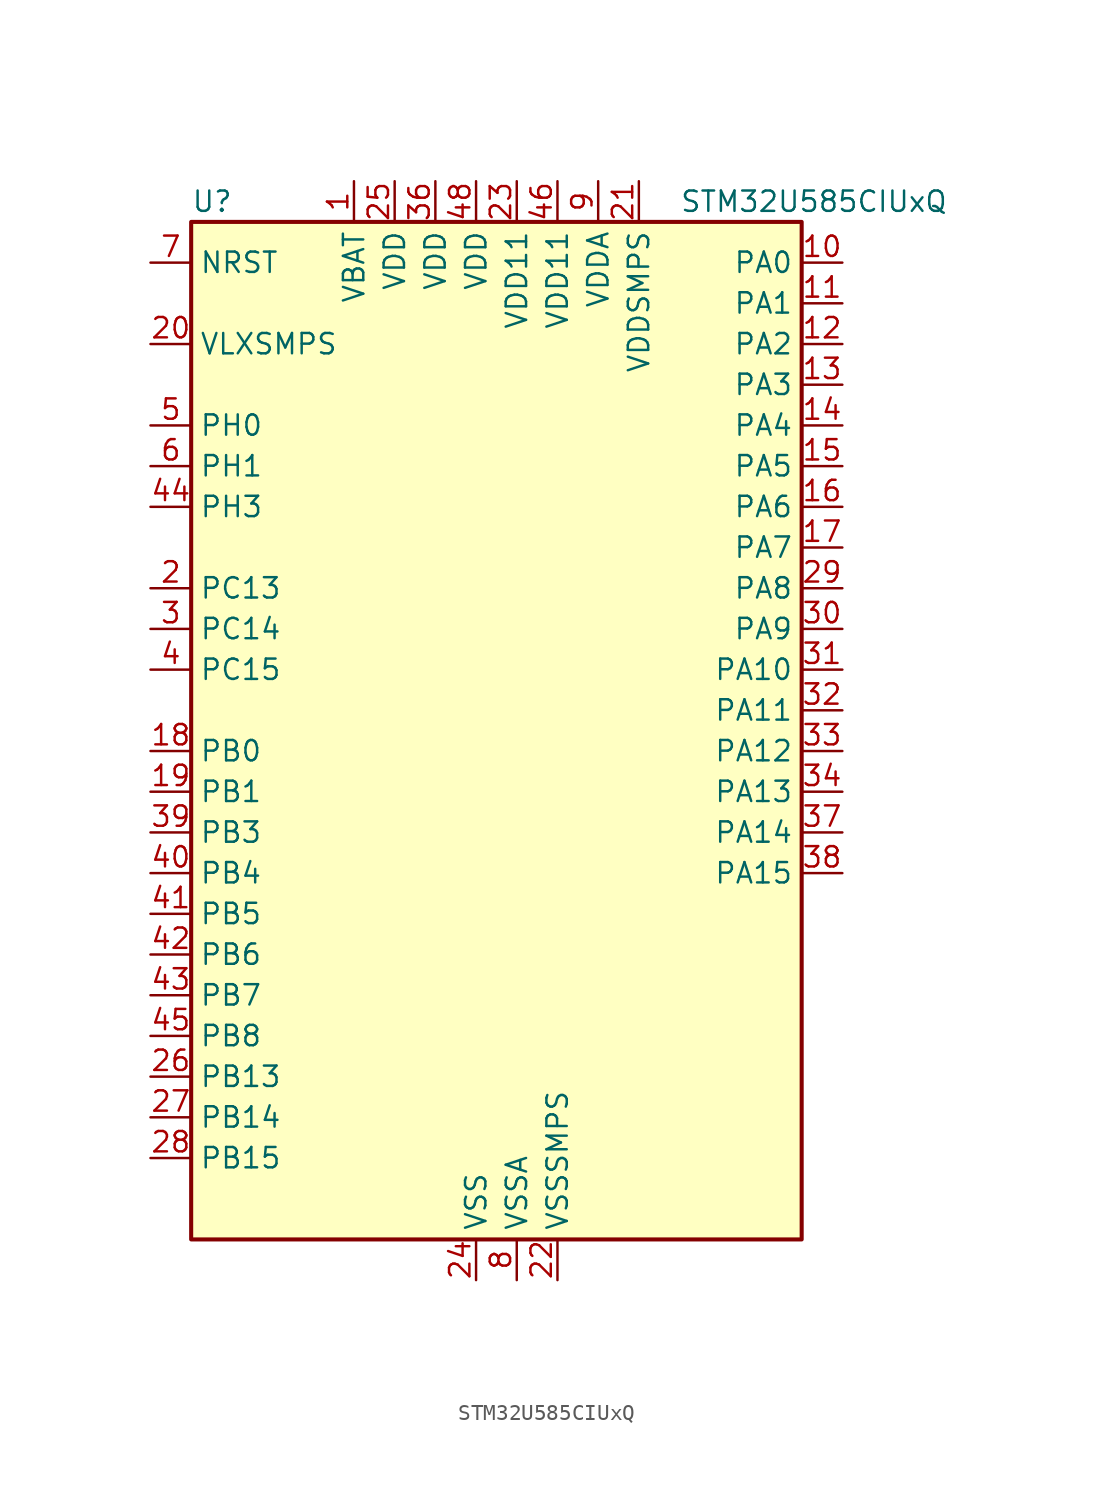
<source format=kicad_sym>
(kicad_symbol_lib
  (version 20220914)
  (generator kicad_symbol_editor)
  (symbol "STM32U585CIUxQ"
    (property "Reference" "U"
      (at -17.78 34.29 0)
      (effects (font (size 1.27 1.27)) (justify left)))
    (property "Value" "STM32U585CIUxQ"
      (at 12.7 34.29 0)
      (effects (font (size 1.27 1.27)) (justify left)))
    (property "ki_locked" ""
      (at 0 0 0)
      (effects (font (size 1.27 1.27))))
    (symbol "STM32U585CIUxQ_0_1"
      (rectangle (start -17.78 -30.48) (end 20.32 33.02) (stroke (width 0.254) (type default)) (fill (type background))))
    (symbol "STM32U585CIUxQ_1_1"
      (pin power_in line (at -7.62 35.56 270) (length 2.54) (name "VBAT" (effects (font (size 1.27 1.27)))) (number "1" (effects (font (size 1.27 1.27)))))
      (pin bidirectional line (at 22.86 30.48 180) (length 2.54) (name "PA0" (effects (font (size 1.27 1.27)))) (number "10" (effects (font (size 1.27 1.27)))) (alternate "ADC1_IN5" bidirectional line) (alternate "AUDIOCLK" bidirectional line) (alternate "OCTOSPIM_P2_NCS" bidirectional line) (alternate "OPAMP1_VINP" bidirectional line) (alternate "PWR_WKUP1" bidirectional line) (alternate "SPI3_RDY" bidirectional line) (alternate "TAMP_IN2" bidirectional line) (alternate "TAMP_OUT1" bidirectional line) (alternate "TIM2_CH1" bidirectional line) (alternate "TIM2_ETR" bidirectional line) (alternate "TIM5_CH1" bidirectional line) (alternate "TIM8_ETR" bidirectional line) (alternate "UART4_TX" bidirectional line) (alternate "USART2_CTS" bidirectional line))
      (pin bidirectional line (at 22.86 27.94 180) (length 2.54) (name "PA1" (effects (font (size 1.27 1.27)))) (number "11" (effects (font (size 1.27 1.27)))) (alternate "ADC1_IN6" bidirectional line) (alternate "I2C1_SMBA" bidirectional line) (alternate "LPTIM1_CH2" bidirectional line) (alternate "OCTOSPIM_P1_DQS" bidirectional line) (alternate "OPAMP1_VINM" bidirectional line) (alternate "PWR_WKUP3" bidirectional line) (alternate "SPI1_SCK" bidirectional line) (alternate "TAMP_IN5" bidirectional line) (alternate "TAMP_OUT4" bidirectional line) (alternate "TIM15_CH1N" bidirectional line) (alternate "TIM2_CH2" bidirectional line) (alternate "TIM5_CH2" bidirectional line) (alternate "UART4_RX" bidirectional line) (alternate "USART2_DE" bidirectional line) (alternate "USART2_RTS" bidirectional line))
      (pin bidirectional line (at 22.86 25.4 180) (length 2.54) (name "PA2" (effects (font (size 1.27 1.27)))) (number "12" (effects (font (size 1.27 1.27)))) (alternate "ADC1_IN7" bidirectional line) (alternate "COMP1_INP" bidirectional line) (alternate "LPUART1_TX" bidirectional line) (alternate "OCTOSPIM_P1_NCS" bidirectional line) (alternate "PWR_WKUP4" bidirectional line) (alternate "RCC_LSCO" bidirectional line) (alternate "SPI1_RDY" bidirectional line) (alternate "TIM15_CH1" bidirectional line) (alternate "TIM2_CH3" bidirectional line) (alternate "TIM5_CH3" bidirectional line) (alternate "UCPD1_FRSTX1" bidirectional line) (alternate "USART2_TX" bidirectional line))
      (pin bidirectional line (at 22.86 22.86 180) (length 2.54) (name "PA3" (effects (font (size 1.27 1.27)))) (number "13" (effects (font (size 1.27 1.27)))) (alternate "ADC1_IN8" bidirectional line) (alternate "LPUART1_RX" bidirectional line) (alternate "OCTOSPIM_P1_CLK" bidirectional line) (alternate "OPAMP1_VOUT" bidirectional line) (alternate "PWR_WKUP5" bidirectional line) (alternate "SAI1_CK1" bidirectional line) (alternate "SAI1_MCLK_A" bidirectional line) (alternate "TIM15_CH2" bidirectional line) (alternate "TIM2_CH4" bidirectional line) (alternate "TIM5_CH4" bidirectional line) (alternate "USART2_RX" bidirectional line))
      (pin bidirectional line (at 22.86 20.32 180) (length 2.54) (name "PA4" (effects (font (size 1.27 1.27)))) (number "14" (effects (font (size 1.27 1.27)))) (alternate "ADC1_IN9" bidirectional line) (alternate "ADC4_IN9" bidirectional line) (alternate "DAC1_OUT1" bidirectional line) (alternate "LPTIM2_CH1" bidirectional line) (alternate "OCTOSPIM_P1_NCS" bidirectional line) (alternate "PWR_WKUP2" bidirectional line) (alternate "SAI1_FS_B" bidirectional line) (alternate "SPI1_NSS" bidirectional line) (alternate "SPI3_NSS" bidirectional line) (alternate "USART2_CK" bidirectional line))
      (pin bidirectional line (at 22.86 17.78 180) (length 2.54) (name "PA5" (effects (font (size 1.27 1.27)))) (number "15" (effects (font (size 1.27 1.27)))) (alternate "ADC1_IN10" bidirectional line) (alternate "ADC4_IN10" bidirectional line) (alternate "DAC1_OUT2" bidirectional line) (alternate "LPTIM2_ETR" bidirectional line) (alternate "PWR_CSLEEP" bidirectional line) (alternate "PWR_WKUP6" bidirectional line) (alternate "SPI1_SCK" bidirectional line) (alternate "TIM2_CH1" bidirectional line) (alternate "TIM2_ETR" bidirectional line) (alternate "TIM8_CH1N" bidirectional line) (alternate "USART3_RX" bidirectional line))
      (pin bidirectional line (at 22.86 15.24 180) (length 2.54) (name "PA6" (effects (font (size 1.27 1.27)))) (number "16" (effects (font (size 1.27 1.27)))) (alternate "ADC1_IN11" bidirectional line) (alternate "ADC4_IN11" bidirectional line) (alternate "LPUART1_CTS" bidirectional line) (alternate "OCTOSPIM_P1_IO3" bidirectional line) (alternate "OPAMP2_VINP" bidirectional line) (alternate "PWR_CDSTOP" bidirectional line) (alternate "PWR_WKUP7" bidirectional line) (alternate "SPI1_MISO" bidirectional line) (alternate "TIM16_CH1" bidirectional line) (alternate "TIM1_BKIN" bidirectional line) (alternate "TIM3_CH1" bidirectional line) (alternate "TIM8_BKIN" bidirectional line) (alternate "USART3_CTS" bidirectional line))
      (pin bidirectional line (at 22.86 12.7 180) (length 2.54) (name "PA7" (effects (font (size 1.27 1.27)))) (number "17" (effects (font (size 1.27 1.27)))) (alternate "ADC1_IN12" bidirectional line) (alternate "ADC4_IN20" bidirectional line) (alternate "I2C3_SCL" bidirectional line) (alternate "LPTIM2_CH2" bidirectional line) (alternate "OCTOSPIM_P1_IO2" bidirectional line) (alternate "OPAMP2_VINM" bidirectional line) (alternate "PWR_SRDSTOP" bidirectional line) (alternate "PWR_WKUP8" bidirectional line) (alternate "SPI1_MOSI" bidirectional line) (alternate "TIM17_CH1" bidirectional line) (alternate "TIM1_CH1N" bidirectional line) (alternate "TIM3_CH2" bidirectional line) (alternate "TIM8_CH1N" bidirectional line) (alternate "USART3_TX" bidirectional line))
      (pin bidirectional line (at -20.32 0 0) (length 2.54) (name "PB0" (effects (font (size 1.27 1.27)))) (number "18" (effects (font (size 1.27 1.27)))) (alternate "ADC1_IN15" bidirectional line) (alternate "ADC4_IN18" bidirectional line) (alternate "AUDIOCLK" bidirectional line) (alternate "COMP1_OUT" bidirectional line) (alternate "LPTIM3_CH1" bidirectional line) (alternate "OCTOSPIM_P1_IO1" bidirectional line) (alternate "OPAMP2_VOUT" bidirectional line) (alternate "SPI1_NSS" bidirectional line) (alternate "TIM1_CH2N" bidirectional line) (alternate "TIM3_CH3" bidirectional line) (alternate "TIM8_CH2N" bidirectional line) (alternate "USART3_CK" bidirectional line))
      (pin bidirectional line (at -20.32 -2.54 0) (length 2.54) (name "PB1" (effects (font (size 1.27 1.27)))) (number "19" (effects (font (size 1.27 1.27)))) (alternate "ADC1_IN16" bidirectional line) (alternate "ADC4_IN19" bidirectional line) (alternate "COMP1_INM" bidirectional line) (alternate "LPTIM2_IN1" bidirectional line) (alternate "LPTIM3_CH2" bidirectional line) (alternate "LPUART1_DE" bidirectional line) (alternate "LPUART1_RTS" bidirectional line) (alternate "MDF1_SDI0" bidirectional line) (alternate "OCTOSPIM_P1_IO0" bidirectional line) (alternate "PWR_WKUP4" bidirectional line) (alternate "TIM1_CH3N" bidirectional line) (alternate "TIM3_CH4" bidirectional line) (alternate "TIM8_CH3N" bidirectional line) (alternate "USART3_DE" bidirectional line) (alternate "USART3_RTS" bidirectional line))
      (pin bidirectional line (at -20.32 10.16 0) (length 2.54) (name "PC13" (effects (font (size 1.27 1.27)))) (number "2" (effects (font (size 1.27 1.27)))) (alternate "PWR_WKUP2" bidirectional line) (alternate "RTC_OUT1" bidirectional line) (alternate "RTC_TS" bidirectional line) (alternate "TAMP_IN1" bidirectional line) (alternate "TAMP_OUT2" bidirectional line))
      (pin power_in line (at -20.32 25.4 0) (length 2.54) (name "VLXSMPS" (effects (font (size 1.27 1.27)))) (number "20" (effects (font (size 1.27 1.27)))))
      (pin power_in line (at 10.16 35.56 270) (length 2.54) (name "VDDSMPS" (effects (font (size 1.27 1.27)))) (number "21" (effects (font (size 1.27 1.27)))))
      (pin power_in line (at 5.08 -33.02 90) (length 2.54) (name "VSSSMPS" (effects (font (size 1.27 1.27)))) (number "22" (effects (font (size 1.27 1.27)))))
      (pin power_in line (at 2.54 35.56 270) (length 2.54) (name "VDD11" (effects (font (size 1.27 1.27)))) (number "23" (effects (font (size 1.27 1.27)))))
      (pin power_in line (at 0 -33.02 90) (length 2.54) (name "VSS" (effects (font (size 1.27 1.27)))) (number "24" (effects (font (size 1.27 1.27)))))
      (pin power_in line (at -5.08 35.56 270) (length 2.54) (name "VDD" (effects (font (size 1.27 1.27)))) (number "25" (effects (font (size 1.27 1.27)))))
      (pin bidirectional line (at -20.32 -20.32 0) (length 2.54) (name "PB13" (effects (font (size 1.27 1.27)))) (number "26" (effects (font (size 1.27 1.27)))) (alternate "I2C2_SCL" bidirectional line) (alternate "LPTIM3_IN1" bidirectional line) (alternate "LPUART1_CTS" bidirectional line) (alternate "MDF1_CKI1" bidirectional line) (alternate "SPI2_SCK" bidirectional line) (alternate "TIM15_CH1N" bidirectional line) (alternate "TIM1_CH1N" bidirectional line) (alternate "TSC_G1_IO2" bidirectional line) (alternate "USART3_CTS" bidirectional line))
      (pin bidirectional line (at -20.32 -22.86 0) (length 2.54) (name "PB14" (effects (font (size 1.27 1.27)))) (number "27" (effects (font (size 1.27 1.27)))) (alternate "I2C2_SDA" bidirectional line) (alternate "LPTIM3_ETR" bidirectional line) (alternate "MDF1_SDI2" bidirectional line) (alternate "SPI2_MISO" bidirectional line) (alternate "TIM15_CH1" bidirectional line) (alternate "TIM1_CH2N" bidirectional line) (alternate "TIM8_CH2N" bidirectional line) (alternate "TSC_G1_IO3" bidirectional line) (alternate "UCPD1_DBCC2" bidirectional line) (alternate "USART3_DE" bidirectional line) (alternate "USART3_RTS" bidirectional line))
      (pin bidirectional line (at -20.32 -25.4 0) (length 2.54) (name "PB15" (effects (font (size 1.27 1.27)))) (number "28" (effects (font (size 1.27 1.27)))) (alternate "ADC1_EXTI15" bidirectional line) (alternate "ADC4_EXTI15" bidirectional line) (alternate "LPTIM2_IN2" bidirectional line) (alternate "MDF1_CKI2" bidirectional line) (alternate "PWR_WKUP7" bidirectional line) (alternate "RTC_REFIN" bidirectional line) (alternate "SPI2_MOSI" bidirectional line) (alternate "TIM15_CH2" bidirectional line) (alternate "TIM1_CH3N" bidirectional line) (alternate "TIM8_CH3N" bidirectional line) (alternate "UCPD1_CC2" bidirectional line))
      (pin bidirectional line (at 22.86 10.16 180) (length 2.54) (name "PA8" (effects (font (size 1.27 1.27)))) (number "29" (effects (font (size 1.27 1.27)))) (alternate "DEBUG_TRACECLK" bidirectional line) (alternate "LPTIM2_CH1" bidirectional line) (alternate "RCC_MCO" bidirectional line) (alternate "SAI1_CK2" bidirectional line) (alternate "SAI1_SCK_A" bidirectional line) (alternate "SPI1_RDY" bidirectional line) (alternate "TIM1_CH1" bidirectional line) (alternate "USART1_CK" bidirectional line) (alternate "USB_OTG_FS_SOF" bidirectional line))
      (pin bidirectional line (at -20.32 7.62 0) (length 2.54) (name "PC14" (effects (font (size 1.27 1.27)))) (number "3" (effects (font (size 1.27 1.27)))) (alternate "RCC_OSC32_IN" bidirectional line))
      (pin bidirectional line (at 22.86 7.62 180) (length 2.54) (name "PA9" (effects (font (size 1.27 1.27)))) (number "30" (effects (font (size 1.27 1.27)))) (alternate "DAC1_EXTI9" bidirectional line) (alternate "SAI1_FS_A" bidirectional line) (alternate "SPI2_SCK" bidirectional line) (alternate "TIM15_BKIN" bidirectional line) (alternate "TIM1_CH2" bidirectional line) (alternate "USART1_TX" bidirectional line) (alternate "USB_OTG_FS_VBUS" bidirectional line))
      (pin bidirectional line (at 22.86 5.08 180) (length 2.54) (name "PA10" (effects (font (size 1.27 1.27)))) (number "31" (effects (font (size 1.27 1.27)))) (alternate "CRS_SYNC" bidirectional line) (alternate "LPTIM2_IN2" bidirectional line) (alternate "SAI1_D1" bidirectional line) (alternate "SAI1_SD_A" bidirectional line) (alternate "TIM17_BKIN" bidirectional line) (alternate "TIM1_CH3" bidirectional line) (alternate "USART1_RX" bidirectional line) (alternate "USB_OTG_FS_ID" bidirectional line))
      (pin bidirectional line (at 22.86 2.54 180) (length 2.54) (name "PA11" (effects (font (size 1.27 1.27)))) (number "32" (effects (font (size 1.27 1.27)))) (alternate "ADC1_EXTI11" bidirectional line) (alternate "FDCAN1_RX" bidirectional line) (alternate "SPI1_MISO" bidirectional line) (alternate "TIM1_BKIN2" bidirectional line) (alternate "TIM1_CH4" bidirectional line) (alternate "USART1_CTS" bidirectional line) (alternate "USB_OTG_FS_DM" bidirectional line))
      (pin bidirectional line (at 22.86 0 180) (length 2.54) (name "PA12" (effects (font (size 1.27 1.27)))) (number "33" (effects (font (size 1.27 1.27)))) (alternate "FDCAN1_TX" bidirectional line) (alternate "OCTOSPIM_P2_NCS" bidirectional line) (alternate "SPI1_MOSI" bidirectional line) (alternate "TIM1_ETR" bidirectional line) (alternate "USART1_DE" bidirectional line) (alternate "USART1_RTS" bidirectional line) (alternate "USB_OTG_FS_DP" bidirectional line))
      (pin bidirectional line (at 22.86 -2.54 180) (length 2.54) (name "PA13" (effects (font (size 1.27 1.27)))) (number "34" (effects (font (size 1.27 1.27)))) (alternate "DEBUG_JTMS-SWDIO" bidirectional line) (alternate "IR_OUT" bidirectional line) (alternate "SAI1_SD_B" bidirectional line) (alternate "USB_OTG_FS_NOE" bidirectional line))
      (pin passive line (at 0 -33.02 90) (length 2.54) hide (name "VSS" (effects (font (size 1.27 1.27)))) (number "35" (effects (font (size 1.27 1.27)))))
      (pin power_in line (at -2.54 35.56 270) (length 2.54) (name "VDD" (effects (font (size 1.27 1.27)))) (number "36" (effects (font (size 1.27 1.27)))))
      (pin bidirectional line (at 22.86 -5.08 180) (length 2.54) (name "PA14" (effects (font (size 1.27 1.27)))) (number "37" (effects (font (size 1.27 1.27)))) (alternate "DEBUG_JTCK-SWCLK" bidirectional line) (alternate "I2C1_SMBA" bidirectional line) (alternate "I2C4_SMBA" bidirectional line) (alternate "LPTIM1_CH1" bidirectional line) (alternate "SAI1_FS_B" bidirectional line) (alternate "USB_OTG_FS_SOF" bidirectional line))
      (pin bidirectional line (at 22.86 -7.62 180) (length 2.54) (name "PA15" (effects (font (size 1.27 1.27)))) (number "38" (effects (font (size 1.27 1.27)))) (alternate "ADC1_EXTI15" bidirectional line) (alternate "ADC4_EXTI15" bidirectional line) (alternate "DEBUG_JTDI" bidirectional line) (alternate "SPI1_NSS" bidirectional line) (alternate "SPI3_NSS" bidirectional line) (alternate "TIM2_CH1" bidirectional line) (alternate "TIM2_ETR" bidirectional line) (alternate "UART4_DE" bidirectional line) (alternate "UART4_RTS" bidirectional line) (alternate "UCPD1_CC1" bidirectional line) (alternate "USART2_RX" bidirectional line) (alternate "USART3_DE" bidirectional line) (alternate "USART3_RTS" bidirectional line))
      (pin bidirectional line (at -20.32 -5.08 0) (length 2.54) (name "PB3" (effects (font (size 1.27 1.27)))) (number "39" (effects (font (size 1.27 1.27)))) (alternate "ADF1_CCK0" bidirectional line) (alternate "COMP2_INM" bidirectional line) (alternate "CRS_SYNC" bidirectional line) (alternate "DEBUG_JTDO-SWO" bidirectional line) (alternate "I2C1_SDA" bidirectional line) (alternate "LPTIM1_CH1" bidirectional line) (alternate "SAI1_SCK_B" bidirectional line) (alternate "SPI1_SCK" bidirectional line) (alternate "SPI3_SCK" bidirectional line) (alternate "TIM2_CH2" bidirectional line) (alternate "USART1_DE" bidirectional line) (alternate "USART1_RTS" bidirectional line))
      (pin bidirectional line (at -20.32 5.08 0) (length 2.54) (name "PC15" (effects (font (size 1.27 1.27)))) (number "4" (effects (font (size 1.27 1.27)))) (alternate "ADC1_EXTI15" bidirectional line) (alternate "ADC4_EXTI15" bidirectional line) (alternate "RCC_OSC32_OUT" bidirectional line))
      (pin bidirectional line (at -20.32 -7.62 0) (length 2.54) (name "PB4" (effects (font (size 1.27 1.27)))) (number "40" (effects (font (size 1.27 1.27)))) (alternate "ADF1_SDI0" bidirectional line) (alternate "COMP2_INP" bidirectional line) (alternate "DEBUG_JTRST" bidirectional line) (alternate "I2C3_SDA" bidirectional line) (alternate "LPTIM1_CH2" bidirectional line) (alternate "SAI1_MCLK_B" bidirectional line) (alternate "SPI1_MISO" bidirectional line) (alternate "SPI3_MISO" bidirectional line) (alternate "TIM17_BKIN" bidirectional line) (alternate "TIM3_CH1" bidirectional line) (alternate "TSC_G2_IO1" bidirectional line) (alternate "USART1_CTS" bidirectional line))
      (pin bidirectional line (at -20.32 -10.16 0) (length 2.54) (name "PB5" (effects (font (size 1.27 1.27)))) (number "41" (effects (font (size 1.27 1.27)))) (alternate "COMP2_OUT" bidirectional line) (alternate "I2C1_SMBA" bidirectional line) (alternate "LPTIM1_IN1" bidirectional line) (alternate "OCTOSPIM_P1_NCLK" bidirectional line) (alternate "PWR_WKUP6" bidirectional line) (alternate "SAI1_SD_B" bidirectional line) (alternate "SPI1_MOSI" bidirectional line) (alternate "SPI3_MOSI" bidirectional line) (alternate "TIM16_BKIN" bidirectional line) (alternate "TIM3_CH2" bidirectional line) (alternate "TSC_G2_IO2" bidirectional line) (alternate "UCPD1_DBCC1" bidirectional line) (alternate "USART1_CK" bidirectional line))
      (pin bidirectional line (at -20.32 -12.7 0) (length 2.54) (name "PB6" (effects (font (size 1.27 1.27)))) (number "42" (effects (font (size 1.27 1.27)))) (alternate "COMP2_INP" bidirectional line) (alternate "I2C1_SCL" bidirectional line) (alternate "I2C4_SCL" bidirectional line) (alternate "LPTIM1_ETR" bidirectional line) (alternate "MDF1_SDI5" bidirectional line) (alternate "PWR_WKUP3" bidirectional line) (alternate "SAI1_FS_B" bidirectional line) (alternate "TIM16_CH1N" bidirectional line) (alternate "TIM4_CH1" bidirectional line) (alternate "TIM8_BKIN2" bidirectional line) (alternate "TSC_G2_IO3" bidirectional line) (alternate "USART1_TX" bidirectional line))
      (pin bidirectional line (at -20.32 -15.24 0) (length 2.54) (name "PB7" (effects (font (size 1.27 1.27)))) (number "43" (effects (font (size 1.27 1.27)))) (alternate "COMP2_INM" bidirectional line) (alternate "I2C1_SDA" bidirectional line) (alternate "I2C4_SDA" bidirectional line) (alternate "LPTIM1_IN2" bidirectional line) (alternate "MDF1_CKI5" bidirectional line) (alternate "PWR_PVD_IN" bidirectional line) (alternate "PWR_WKUP4" bidirectional line) (alternate "TIM17_CH1N" bidirectional line) (alternate "TIM4_CH2" bidirectional line) (alternate "TIM8_BKIN" bidirectional line) (alternate "TSC_G2_IO4" bidirectional line) (alternate "UART4_CTS" bidirectional line) (alternate "USART1_RX" bidirectional line))
      (pin bidirectional line (at -20.32 15.24 0) (length 2.54) (name "PH3" (effects (font (size 1.27 1.27)))) (number "44" (effects (font (size 1.27 1.27)))))
      (pin bidirectional line (at -20.32 -17.78 0) (length 2.54) (name "PB8" (effects (font (size 1.27 1.27)))) (number "45" (effects (font (size 1.27 1.27)))) (alternate "FDCAN1_RX" bidirectional line) (alternate "I2C1_SCL" bidirectional line) (alternate "MDF1_CCK0" bidirectional line) (alternate "PWR_WKUP5" bidirectional line) (alternate "SAI1_CK1" bidirectional line) (alternate "SAI1_MCLK_A" bidirectional line) (alternate "SPI3_RDY" bidirectional line) (alternate "TIM16_CH1" bidirectional line) (alternate "TIM4_CH3" bidirectional line))
      (pin power_in line (at 5.08 35.56 270) (length 2.54) (name "VDD11" (effects (font (size 1.27 1.27)))) (number "46" (effects (font (size 1.27 1.27)))))
      (pin passive line (at 0 -33.02 90) (length 2.54) hide (name "VSS" (effects (font (size 1.27 1.27)))) (number "47" (effects (font (size 1.27 1.27)))))
      (pin power_in line (at 0 35.56 270) (length 2.54) (name "VDD" (effects (font (size 1.27 1.27)))) (number "48" (effects (font (size 1.27 1.27)))))
      (pin passive line (at 0 -33.02 90) (length 2.54) hide (name "VSS" (effects (font (size 1.27 1.27)))) (number "49" (effects (font (size 1.27 1.27)))))
      (pin bidirectional line (at -20.32 20.32 0) (length 2.54) (name "PH0" (effects (font (size 1.27 1.27)))) (number "5" (effects (font (size 1.27 1.27)))) (alternate "RCC_OSC_IN" bidirectional line))
      (pin bidirectional line (at -20.32 17.78 0) (length 2.54) (name "PH1" (effects (font (size 1.27 1.27)))) (number "6" (effects (font (size 1.27 1.27)))) (alternate "RCC_OSC_OUT" bidirectional line))
      (pin input line (at -20.32 30.48 0) (length 2.54) (name "NRST" (effects (font (size 1.27 1.27)))) (number "7" (effects (font (size 1.27 1.27)))))
      (pin power_in line (at 2.54 -33.02 90) (length 2.54) (name "VSSA" (effects (font (size 1.27 1.27)))) (number "8" (effects (font (size 1.27 1.27)))))
      (pin power_in line (at 7.62 35.56 270) (length 2.54) (name "VDDA" (effects (font (size 1.27 1.27)))) (number "9" (effects (font (size 1.27 1.27))))))))
</source>
